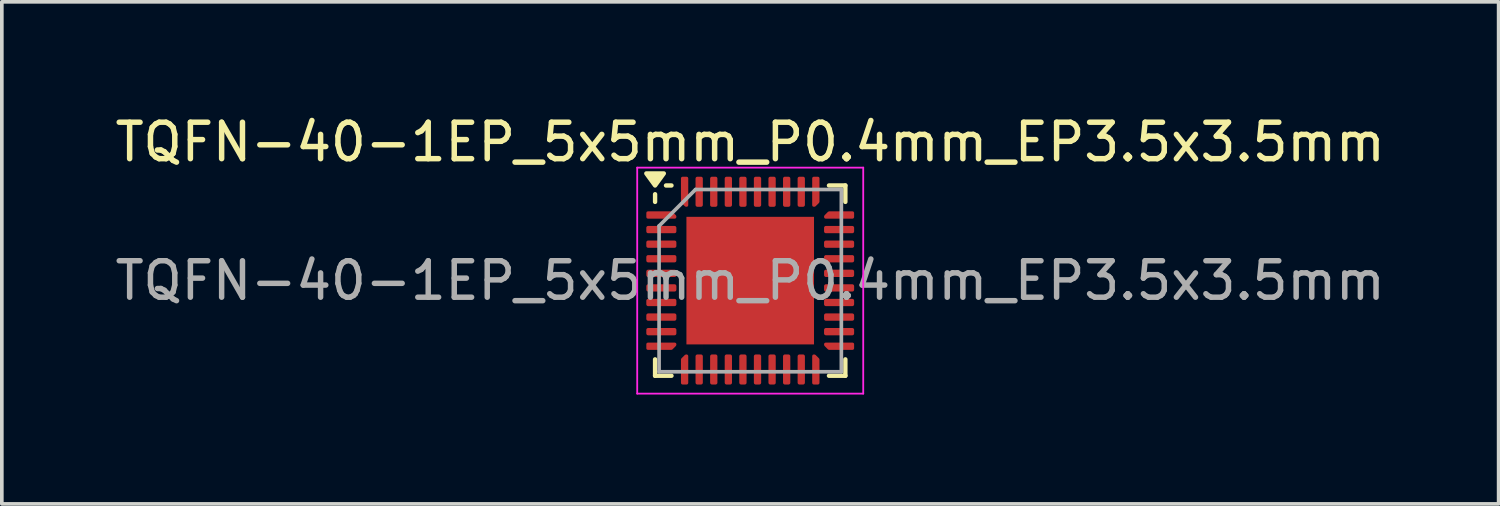
<source format=kicad_pcb>
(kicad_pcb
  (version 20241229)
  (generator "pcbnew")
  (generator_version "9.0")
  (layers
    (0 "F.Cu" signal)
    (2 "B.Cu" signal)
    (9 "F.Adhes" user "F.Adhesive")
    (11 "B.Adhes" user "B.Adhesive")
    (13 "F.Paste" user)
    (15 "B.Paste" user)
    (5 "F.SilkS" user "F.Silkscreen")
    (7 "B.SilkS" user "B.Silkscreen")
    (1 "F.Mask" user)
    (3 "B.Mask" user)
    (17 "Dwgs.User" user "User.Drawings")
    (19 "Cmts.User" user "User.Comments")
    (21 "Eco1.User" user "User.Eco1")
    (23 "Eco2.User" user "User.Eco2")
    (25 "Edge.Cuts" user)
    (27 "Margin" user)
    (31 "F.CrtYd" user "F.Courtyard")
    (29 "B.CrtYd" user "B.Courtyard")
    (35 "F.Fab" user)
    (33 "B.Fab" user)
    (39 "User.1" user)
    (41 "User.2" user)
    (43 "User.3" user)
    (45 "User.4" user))
  (footprint "TQFN-40-1EP_5x5mm_P0.4mm_EP3.5x3.5mm"
    (layer "F.Cu")
    (at 17.53 4.648)
    (property "Reference" "TQFN-40-1EP_5x5mm_P0.4mm_EP3.5x3.5mm" (at 0 -3.8 0) (layer "F.SilkS") (effects (font (size 1 1) (thickness 0.15))))
    (attr smd)
    (fp_line (start -2.61 -2.16) (end -2.61 -2.37) (stroke (width 0.12) (type solid)) (layer "F.SilkS"))
    (fp_line (start -2.61 2.61) (end -2.61 2.16) (stroke (width 0.12) (type solid)) (layer "F.SilkS"))
    (fp_line (start -2.16 -2.61) (end -2.31 -2.61) (stroke (width 0.12) (type solid)) (layer "F.SilkS"))
    (fp_line (start -2.16 2.61) (end -2.61 2.61) (stroke (width 0.12) (type solid)) (layer "F.SilkS"))
    (fp_line (start 2.16 -2.61) (end 2.61 -2.61) (stroke (width 0.12) (type solid)) (layer "F.SilkS"))
    (fp_line (start 2.16 2.61) (end 2.61 2.61) (stroke (width 0.12) (type solid)) (layer "F.SilkS"))
    (fp_line (start 2.61 -2.61) (end 2.61 -2.16) (stroke (width 0.12) (type solid)) (layer "F.SilkS"))
    (fp_line (start 2.61 2.61) (end 2.61 2.16) (stroke (width 0.12) (type solid)) (layer "F.SilkS"))
    (fp_poly (pts (xy -2.61 -2.61) (xy -2.85 -2.94) (xy -2.37 -2.94) (xy -2.61 -2.61)) (stroke (width 0.12) (type solid)) (fill yes) (layer "F.SilkS"))
    (fp_line (start -3.1 -3.1) (end -3.1 3.1) (stroke (width 0.05) (type solid)) (layer "F.CrtYd"))
    (fp_line (start -3.1 3.1) (end 3.1 3.1) (stroke (width 0.05) (type solid)) (layer "F.CrtYd"))
    (fp_line (start 3.1 -3.1) (end -3.1 -3.1) (stroke (width 0.05) (type solid)) (layer "F.CrtYd"))
    (fp_line (start 3.1 3.1) (end 3.1 -3.1) (stroke (width 0.05) (type solid)) (layer "F.CrtYd"))
    (fp_line (start -2.5 -1.5) (end -1.5 -2.5) (stroke (width 0.1) (type solid)) (layer "F.Fab"))
    (fp_line (start -2.5 2.5) (end -2.5 -1.5) (stroke (width 0.1) (type solid)) (layer "F.Fab"))
    (fp_line (start -1.5 -2.5) (end 2.5 -2.5) (stroke (width 0.1) (type solid)) (layer "F.Fab"))
    (fp_line (start 2.5 -2.5) (end 2.5 2.5) (stroke (width 0.1) (type solid)) (layer "F.Fab"))
    (fp_line (start 2.5 2.5) (end -2.5 2.5) (stroke (width 0.1) (type solid)) (layer "F.Fab"))
    (fp_text user "${REFERENCE}" (at 0 0 0) (layer "F.Fab") (effects (font (size 1 1) (thickness 0.15))))
    (pad "" smd roundrect (at -0.875 -0.875) (size 1.41 1.41) (layers "F.Paste") (roundrect_rratio 0.177))
    (pad "" smd roundrect (at -0.875 0.875) (size 1.41 1.41) (layers "F.Paste") (roundrect_rratio 0.177))
    (pad "" smd roundrect (at 0.875 -0.875) (size 1.41 1.41) (layers "F.Paste") (roundrect_rratio 0.177))
    (pad "" smd roundrect (at 0.875 0.875) (size 1.41 1.41) (layers "F.Paste") (roundrect_rratio 0.177))
    (pad "1" smd custom (at -2.438 -1.8) (size 0.115 0.115) (layers "F.Cu" "F.Mask" "F.Paste") (options (anchor circle)) (primitives (gr_poly (pts (xy -0.372 -0.06) (xy 0.276 -0.06) (xy 0.372 0.037) (xy 0.372 0.06) (xy -0.372 0.06)) (width 0.08) (fill yes))))
    (pad "2" smd roundrect (at -2.438 -1.4) (size 0.825 0.2) (layers "F.Cu" "F.Mask" "F.Paste") (roundrect_rratio 0.25))
    (pad "3" smd roundrect (at -2.438 -1) (size 0.825 0.2) (layers "F.Cu" "F.Mask" "F.Paste") (roundrect_rratio 0.25))
    (pad "4" smd roundrect (at -2.438 -0.6) (size 0.825 0.2) (layers "F.Cu" "F.Mask" "F.Paste") (roundrect_rratio 0.25))
    (pad "5" smd roundrect (at -2.438 -0.2) (size 0.825 0.2) (layers "F.Cu" "F.Mask" "F.Paste") (roundrect_rratio 0.25))
    (pad "6" smd roundrect (at -2.438 0.2) (size 0.825 0.2) (layers "F.Cu" "F.Mask" "F.Paste") (roundrect_rratio 0.25))
    (pad "7" smd roundrect (at -2.438 0.6) (size 0.825 0.2) (layers "F.Cu" "F.Mask" "F.Paste") (roundrect_rratio 0.25))
    (pad "8" smd roundrect (at -2.438 1) (size 0.825 0.2) (layers "F.Cu" "F.Mask" "F.Paste") (roundrect_rratio 0.25))
    (pad "9" smd roundrect (at -2.438 1.4) (size 0.825 0.2) (layers "F.Cu" "F.Mask" "F.Paste") (roundrect_rratio 0.25))
    (pad "10" smd custom (at -2.438 1.8) (size 0.115 0.115) (layers "F.Cu" "F.Mask" "F.Paste") (options (anchor circle)) (primitives (gr_poly (pts (xy -0.372 -0.06) (xy 0.372 -0.06) (xy 0.372 -0.037) (xy 0.276 0.06) (xy -0.372 0.06)) (width 0.08) (fill yes))))
    (pad "11" smd custom (at -1.8 2.438) (size 0.115 0.115) (layers "F.Cu" "F.Mask" "F.Paste") (options (anchor circle)) (primitives (gr_poly (pts (xy -0.06 -0.276) (xy 0.037 -0.372) (xy 0.06 -0.372) (xy 0.06 0.372) (xy -0.06 0.372)) (width 0.08) (fill yes))))
    (pad "12" smd roundrect (at -1.4 2.438) (size 0.2 0.825) (layers "F.Cu" "F.Mask" "F.Paste") (roundrect_rratio 0.25))
    (pad "13" smd roundrect (at -1 2.438) (size 0.2 0.825) (layers "F.Cu" "F.Mask" "F.Paste") (roundrect_rratio 0.25))
    (pad "14" smd roundrect (at -0.6 2.438) (size 0.2 0.825) (layers "F.Cu" "F.Mask" "F.Paste") (roundrect_rratio 0.25))
    (pad "15" smd roundrect (at -0.2 2.438) (size 0.2 0.825) (layers "F.Cu" "F.Mask" "F.Paste") (roundrect_rratio 0.25))
    (pad "16" smd roundrect (at 0.2 2.438) (size 0.2 0.825) (layers "F.Cu" "F.Mask" "F.Paste") (roundrect_rratio 0.25))
    (pad "17" smd roundrect (at 0.6 2.438) (size 0.2 0.825) (layers "F.Cu" "F.Mask" "F.Paste") (roundrect_rratio 0.25))
    (pad "18" smd roundrect (at 1 2.438) (size 0.2 0.825) (layers "F.Cu" "F.Mask" "F.Paste") (roundrect_rratio 0.25))
    (pad "19" smd roundrect (at 1.4 2.438) (size 0.2 0.825) (layers "F.Cu" "F.Mask" "F.Paste") (roundrect_rratio 0.25))
    (pad "20" smd custom (at 1.8 2.438) (size 0.115 0.115) (layers "F.Cu" "F.Mask" "F.Paste") (options (anchor circle)) (primitives (gr_poly (pts (xy -0.06 -0.372) (xy -0.037 -0.372) (xy 0.06 -0.276) (xy 0.06 0.372) (xy -0.06 0.372)) (width 0.08) (fill yes))))
    (pad "21" smd custom (at 2.438 1.8) (size 0.115 0.115) (layers "F.Cu" "F.Mask" "F.Paste") (options (anchor circle)) (primitives (gr_poly (pts (xy -0.372 -0.06) (xy 0.372 -0.06) (xy 0.372 0.06) (xy -0.276 0.06) (xy -0.372 -0.037)) (width 0.08) (fill yes))))
    (pad "22" smd roundrect (at 2.438 1.4) (size 0.825 0.2) (layers "F.Cu" "F.Mask" "F.Paste") (roundrect_rratio 0.25))
    (pad "23" smd roundrect (at 2.438 1) (size 0.825 0.2) (layers "F.Cu" "F.Mask" "F.Paste") (roundrect_rratio 0.25))
    (pad "24" smd roundrect (at 2.438 0.6) (size 0.825 0.2) (layers "F.Cu" "F.Mask" "F.Paste") (roundrect_rratio 0.25))
    (pad "25" smd roundrect (at 2.438 0.2) (size 0.825 0.2) (layers "F.Cu" "F.Mask" "F.Paste") (roundrect_rratio 0.25))
    (pad "26" smd roundrect (at 2.438 -0.2) (size 0.825 0.2) (layers "F.Cu" "F.Mask" "F.Paste") (roundrect_rratio 0.25))
    (pad "27" smd roundrect (at 2.438 -0.6) (size 0.825 0.2) (layers "F.Cu" "F.Mask" "F.Paste") (roundrect_rratio 0.25))
    (pad "28" smd roundrect (at 2.438 -1) (size 0.825 0.2) (layers "F.Cu" "F.Mask" "F.Paste") (roundrect_rratio 0.25))
    (pad "29" smd roundrect (at 2.438 -1.4) (size 0.825 0.2) (layers "F.Cu" "F.Mask" "F.Paste") (roundrect_rratio 0.25))
    (pad "30" smd custom (at 2.438 -1.8) (size 0.115 0.115) (layers "F.Cu" "F.Mask" "F.Paste") (options (anchor circle)) (primitives (gr_poly (pts (xy -0.372 0.037) (xy -0.276 -0.06) (xy 0.372 -0.06) (xy 0.372 0.06) (xy -0.372 0.06)) (width 0.08) (fill yes))))
    (pad "31" smd custom (at 1.8 -2.438) (size 0.115 0.115) (layers "F.Cu" "F.Mask" "F.Paste") (options (anchor circle)) (primitives (gr_poly (pts (xy -0.06 -0.372) (xy 0.06 -0.372) (xy 0.06 0.276) (xy -0.037 0.372) (xy -0.06 0.372)) (width 0.08) (fill yes))))
    (pad "32" smd roundrect (at 1.4 -2.438) (size 0.2 0.825) (layers "F.Cu" "F.Mask" "F.Paste") (roundrect_rratio 0.25))
    (pad "33" smd roundrect (at 1 -2.438) (size 0.2 0.825) (layers "F.Cu" "F.Mask" "F.Paste") (roundrect_rratio 0.25))
    (pad "34" smd roundrect (at 0.6 -2.438) (size 0.2 0.825) (layers "F.Cu" "F.Mask" "F.Paste") (roundrect_rratio 0.25))
    (pad "35" smd roundrect (at 0.2 -2.438) (size 0.2 0.825) (layers "F.Cu" "F.Mask" "F.Paste") (roundrect_rratio 0.25))
    (pad "36" smd roundrect (at -0.2 -2.438) (size 0.2 0.825) (layers "F.Cu" "F.Mask" "F.Paste") (roundrect_rratio 0.25))
    (pad "37" smd roundrect (at -0.6 -2.438) (size 0.2 0.825) (layers "F.Cu" "F.Mask" "F.Paste") (roundrect_rratio 0.25))
    (pad "38" smd roundrect (at -1 -2.438) (size 0.2 0.825) (layers "F.Cu" "F.Mask" "F.Paste") (roundrect_rratio 0.25))
    (pad "39" smd roundrect (at -1.4 -2.438) (size 0.2 0.825) (layers "F.Cu" "F.Mask" "F.Paste") (roundrect_rratio 0.25))
    (pad "40" smd custom (at -1.8 -2.438) (size 0.115 0.115) (layers "F.Cu" "F.Mask" "F.Paste") (options (anchor circle)) (primitives (gr_poly (pts (xy -0.06 -0.372) (xy 0.06 -0.372) (xy 0.06 0.372) (xy 0.037 0.372) (xy -0.06 0.276)) (width 0.08) (fill yes))))
    (pad "41" smd rect (at 0 0) (size 3.5 3.5) (property pad_prop_heatsink) (layers "F.Cu" "F.Mask")))
  (gr_rect
    (start -3 -3)
    (end 38.06 10.773)
    (stroke (width 0.1) (type default))
    (fill no)
    (layer "Edge.Cuts")))
</source>
